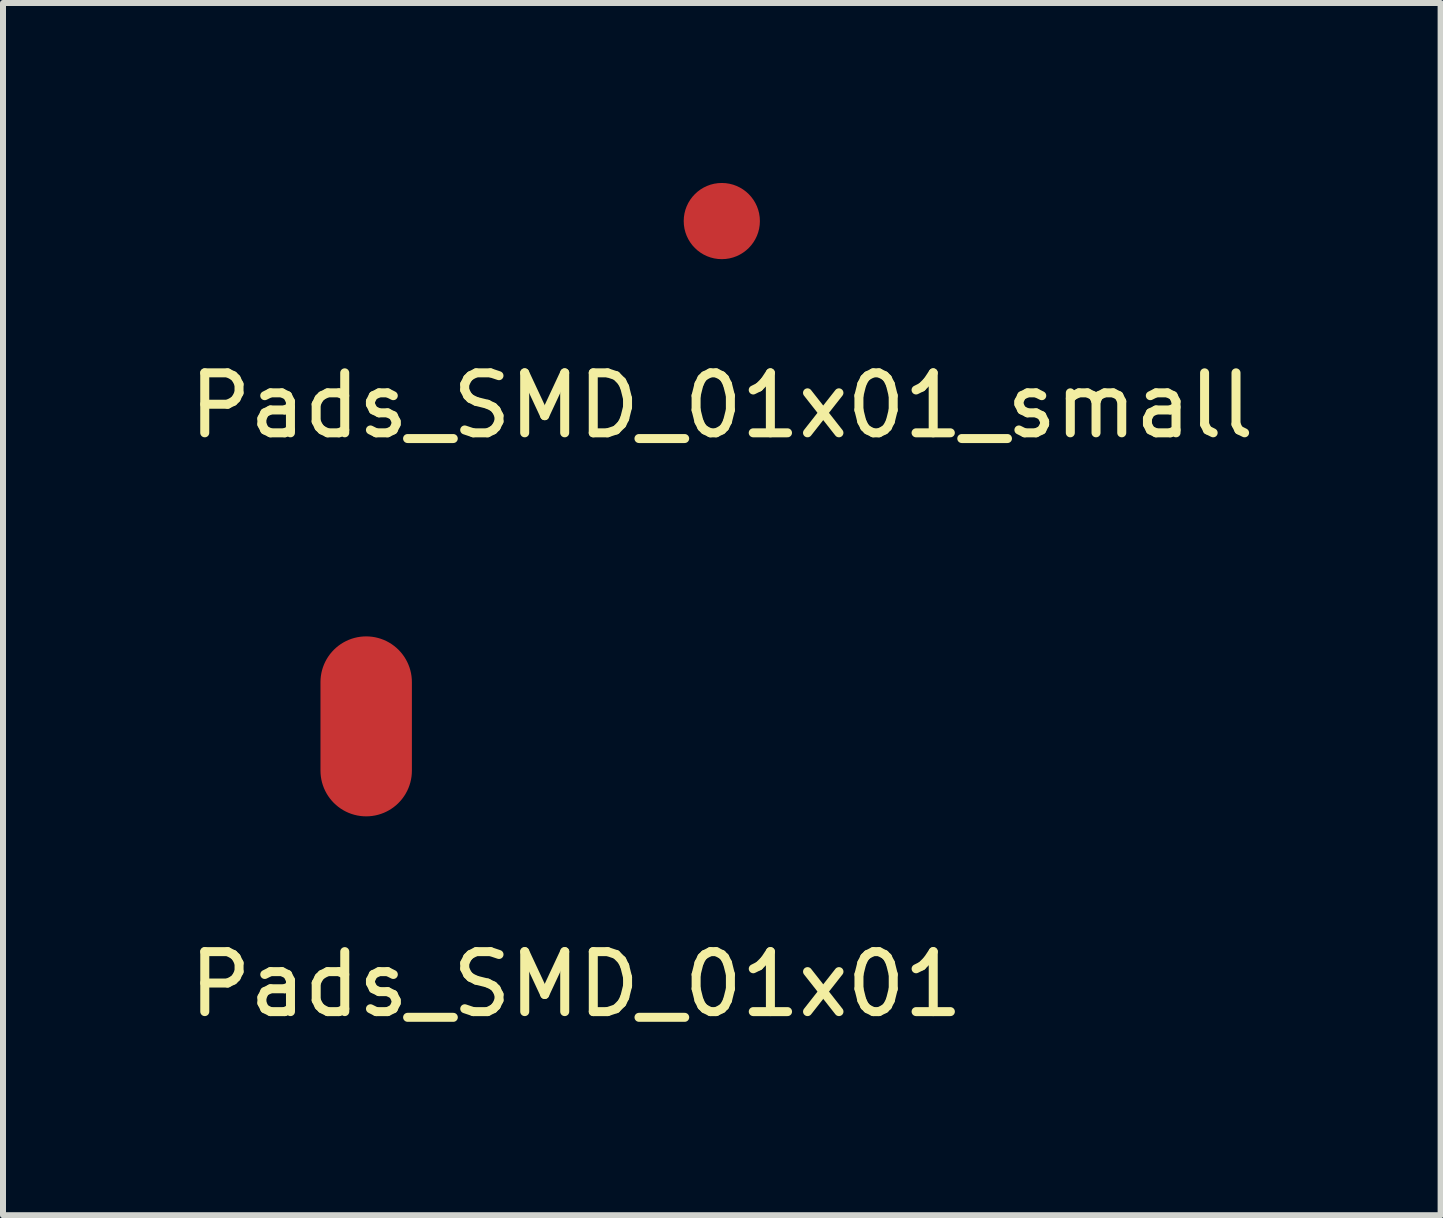
<source format=kicad_pcb>
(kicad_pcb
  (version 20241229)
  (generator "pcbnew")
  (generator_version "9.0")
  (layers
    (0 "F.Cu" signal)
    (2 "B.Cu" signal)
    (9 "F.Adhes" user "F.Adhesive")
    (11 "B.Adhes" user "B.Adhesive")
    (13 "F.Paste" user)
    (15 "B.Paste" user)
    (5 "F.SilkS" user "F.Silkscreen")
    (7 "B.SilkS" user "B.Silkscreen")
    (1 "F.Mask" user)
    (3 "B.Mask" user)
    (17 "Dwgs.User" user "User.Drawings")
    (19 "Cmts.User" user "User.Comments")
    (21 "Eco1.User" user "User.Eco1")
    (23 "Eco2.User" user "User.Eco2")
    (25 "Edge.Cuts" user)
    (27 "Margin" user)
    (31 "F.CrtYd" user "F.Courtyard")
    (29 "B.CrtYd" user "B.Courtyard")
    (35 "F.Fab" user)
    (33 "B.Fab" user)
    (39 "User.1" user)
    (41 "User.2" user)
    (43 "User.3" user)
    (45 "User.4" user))
  (footprint "Pads_SMD_01x01"
    (layer "F.Cu")
    (at 3.054 9.058)
    (property "Reference" "Pads_SMD_01x01" (at 3.5 4.3 0) (layer "F.SilkS") (effects (font (size 1 1) (thickness 0.15))))
    (attr through_hole)
    (pad "1" smd oval (at 0 0) (size 1.524 3) (layers "F.Cu" "F.Mask" "F.Paste")))
  (footprint "Pads_SMD_01x01_small"
    (layer "F.Cu")
    (at 8.982 0.635)
    (property "Reference" "Pads_SMD_01x01_small" (at 0 3.075 0) (layer "F.SilkS") (effects (font (size 1 1) (thickness 0.15))))
    (attr through_hole)
    (pad "1" smd oval (at 0 0) (size 1.27 1.27) (layers "F.Cu" "F.Mask" "F.Paste")))
  (gr_rect
    (start -3 -3)
    (end 20.964 17.206)
    (stroke (width 0.1) (type default))
    (fill no)
    (layer "Edge.Cuts")))
</source>
